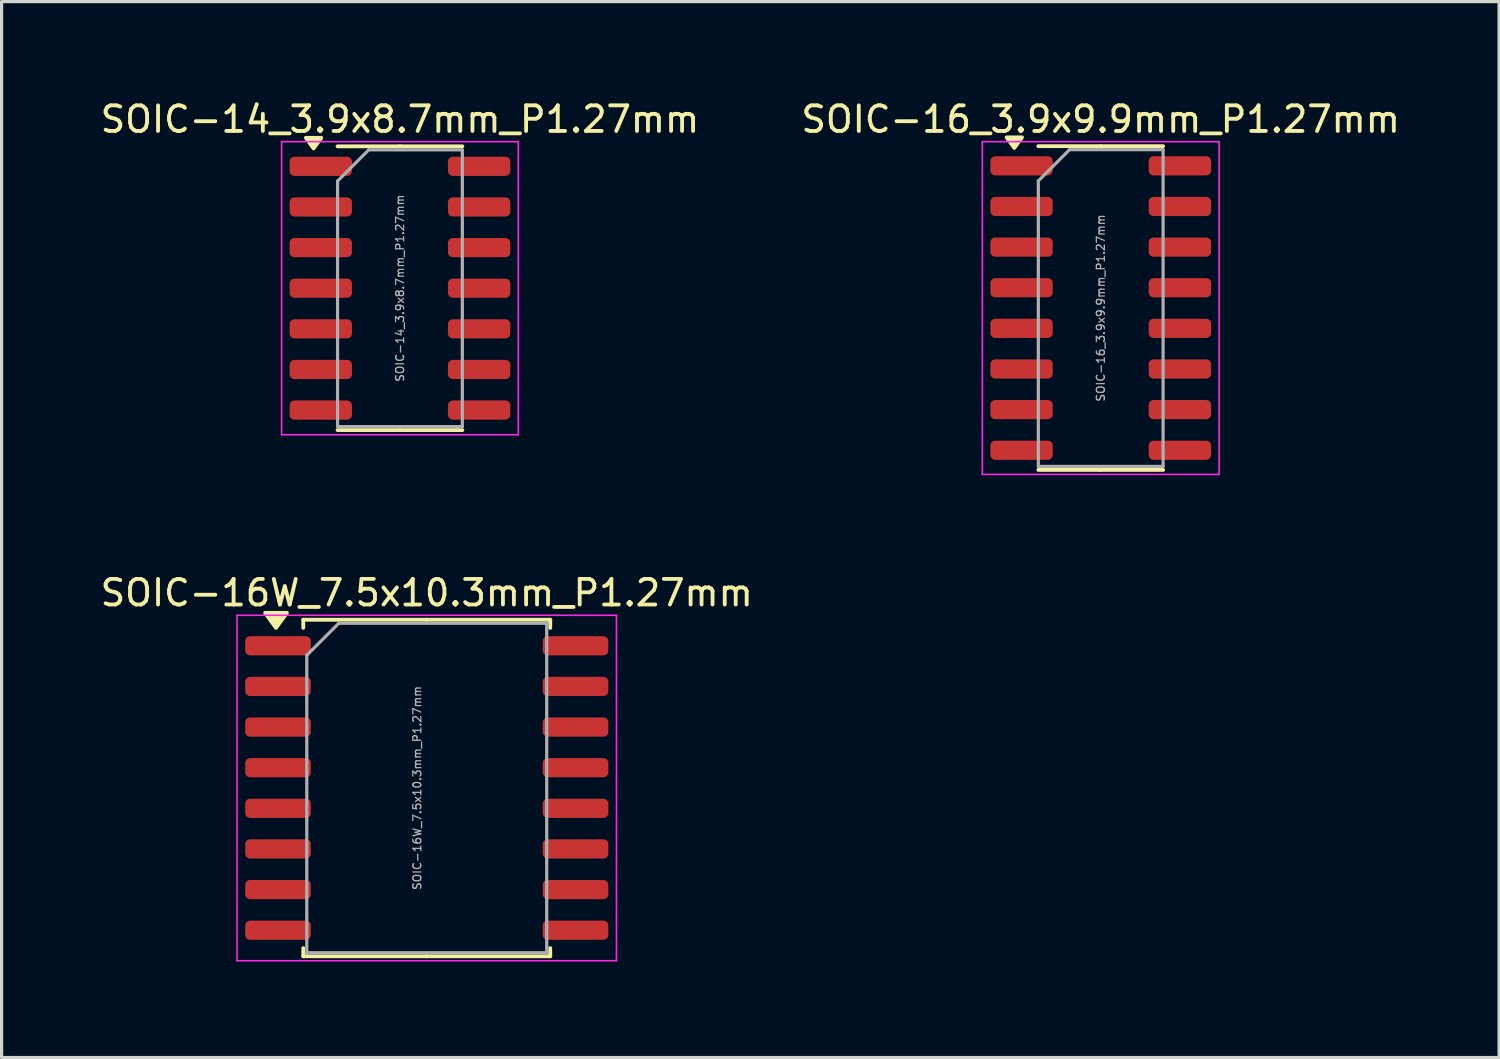
<source format=kicad_pcb>
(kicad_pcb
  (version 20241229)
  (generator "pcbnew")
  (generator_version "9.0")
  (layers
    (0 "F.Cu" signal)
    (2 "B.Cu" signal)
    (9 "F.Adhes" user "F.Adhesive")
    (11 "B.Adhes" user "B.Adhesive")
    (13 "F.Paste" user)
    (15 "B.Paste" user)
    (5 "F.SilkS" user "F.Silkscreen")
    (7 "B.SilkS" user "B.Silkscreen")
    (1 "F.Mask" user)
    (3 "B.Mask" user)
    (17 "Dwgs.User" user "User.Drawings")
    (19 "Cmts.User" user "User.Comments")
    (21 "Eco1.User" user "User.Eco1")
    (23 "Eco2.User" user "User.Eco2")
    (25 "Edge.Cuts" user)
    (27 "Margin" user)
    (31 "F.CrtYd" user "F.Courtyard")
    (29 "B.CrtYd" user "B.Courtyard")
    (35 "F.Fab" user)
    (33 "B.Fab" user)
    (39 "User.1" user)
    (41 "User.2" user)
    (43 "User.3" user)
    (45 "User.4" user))
  (footprint "SOIC-14_3.9x8.7mm_P1.27mm"
    (layer "F.Cu")
    (at 9.452 5.959)
    (property "Reference" "SOIC-14_3.9x8.7mm_P1.27mm" (at 0 -5.28 0) (layer "F.SilkS") (effects (font (size 0.8 0.8) (thickness 0.12))))
    (attr smd)
    (fp_line (start 0 -4.435) (end -1.95 -4.435) (stroke (width 0.12) (type solid)) (layer "F.SilkS"))
    (fp_line (start 0 -4.435) (end 1.95 -4.435) (stroke (width 0.12) (type solid)) (layer "F.SilkS"))
    (fp_line (start 0 4.435) (end -1.95 4.435) (stroke (width 0.12) (type solid)) (layer "F.SilkS"))
    (fp_line (start 0 4.435) (end 1.95 4.435) (stroke (width 0.12) (type solid)) (layer "F.SilkS"))
    (fp_poly (pts (xy -2.7 -4.37) (xy -2.94 -4.7) (xy -2.46 -4.7) (xy -2.7 -4.37)) (stroke (width 0.12) (type solid)) (fill yes) (layer "F.SilkS"))
    (fp_line (start -3.7 -4.58) (end -3.7 4.58) (stroke (width 0.05) (type solid)) (layer "F.CrtYd"))
    (fp_line (start -3.7 4.58) (end 3.7 4.58) (stroke (width 0.05) (type solid)) (layer "F.CrtYd"))
    (fp_line (start 3.7 -4.58) (end -3.7 -4.58) (stroke (width 0.05) (type solid)) (layer "F.CrtYd"))
    (fp_line (start 3.7 4.58) (end 3.7 -4.58) (stroke (width 0.05) (type solid)) (layer "F.CrtYd"))
    (fp_line (start -1.95 -3.35) (end -0.975 -4.325) (stroke (width 0.1) (type solid)) (layer "F.Fab"))
    (fp_line (start -1.95 4.325) (end -1.95 -3.35) (stroke (width 0.1) (type solid)) (layer "F.Fab"))
    (fp_line (start -0.975 -4.325) (end 1.95 -4.325) (stroke (width 0.1) (type solid)) (layer "F.Fab"))
    (fp_line (start 1.95 -4.325) (end 1.95 4.325) (stroke (width 0.1) (type solid)) (layer "F.Fab"))
    (fp_line (start 1.95 4.325) (end -1.95 4.325) (stroke (width 0.1) (type solid)) (layer "F.Fab"))
    (fp_text user "${REFERENCE}" (at 0 0 270) (layer "F.Fab") (effects (font (size 0.25 0.25) (thickness 0.04))))
    (pad "1" smd roundrect (at -2.475 -3.81) (size 1.95 0.6) (layers "F.Cu" "F.Mask" "F.Paste") (roundrect_rratio 0.25))
    (pad "2" smd roundrect (at -2.475 -2.54) (size 1.95 0.6) (layers "F.Cu" "F.Mask" "F.Paste") (roundrect_rratio 0.25))
    (pad "3" smd roundrect (at -2.475 -1.27) (size 1.95 0.6) (layers "F.Cu" "F.Mask" "F.Paste") (roundrect_rratio 0.25))
    (pad "4" smd roundrect (at -2.475 0) (size 1.95 0.6) (layers "F.Cu" "F.Mask" "F.Paste") (roundrect_rratio 0.25))
    (pad "5" smd roundrect (at -2.475 1.27) (size 1.95 0.6) (layers "F.Cu" "F.Mask" "F.Paste") (roundrect_rratio 0.25))
    (pad "6" smd roundrect (at -2.475 2.54) (size 1.95 0.6) (layers "F.Cu" "F.Mask" "F.Paste") (roundrect_rratio 0.25))
    (pad "7" smd roundrect (at -2.475 3.81) (size 1.95 0.6) (layers "F.Cu" "F.Mask" "F.Paste") (roundrect_rratio 0.25))
    (pad "8" smd roundrect (at 2.475 3.81) (size 1.95 0.6) (layers "F.Cu" "F.Mask" "F.Paste") (roundrect_rratio 0.25))
    (pad "9" smd roundrect (at 2.475 2.54) (size 1.95 0.6) (layers "F.Cu" "F.Mask" "F.Paste") (roundrect_rratio 0.25))
    (pad "10" smd roundrect (at 2.475 1.27) (size 1.95 0.6) (layers "F.Cu" "F.Mask" "F.Paste") (roundrect_rratio 0.25))
    (pad "11" smd roundrect (at 2.475 0) (size 1.95 0.6) (layers "F.Cu" "F.Mask" "F.Paste") (roundrect_rratio 0.25))
    (pad "12" smd roundrect (at 2.475 -1.27) (size 1.95 0.6) (layers "F.Cu" "F.Mask" "F.Paste") (roundrect_rratio 0.25))
    (pad "13" smd roundrect (at 2.475 -2.54) (size 1.95 0.6) (layers "F.Cu" "F.Mask" "F.Paste") (roundrect_rratio 0.25))
    (pad "14" smd roundrect (at 2.475 -3.81) (size 1.95 0.6) (layers "F.Cu" "F.Mask" "F.Paste") (roundrect_rratio 0.25)))
  (footprint "SOIC-16_3.9x9.9mm_P1.27mm"
    (layer "F.Cu")
    (at 31.357 6.579)
    (property "Reference" "SOIC-16_3.9x9.9mm_P1.27mm" (at 0 -5.9 0) (layer "F.SilkS") (effects (font (size 0.8 0.8) (thickness 0.12))))
    (attr smd)
    (fp_line (start 0 -5.06) (end -1.95 -5.06) (stroke (width 0.12) (type solid)) (layer "F.SilkS"))
    (fp_line (start 0 -5.06) (end 1.95 -5.06) (stroke (width 0.12) (type solid)) (layer "F.SilkS"))
    (fp_line (start 0 5.06) (end -1.95 5.06) (stroke (width 0.12) (type solid)) (layer "F.SilkS"))
    (fp_line (start 0 5.06) (end 1.95 5.06) (stroke (width 0.12) (type solid)) (layer "F.SilkS"))
    (fp_poly (pts (xy -2.7 -5.005) (xy -2.94 -5.335) (xy -2.46 -5.335) (xy -2.7 -5.005)) (stroke (width 0.12) (type solid)) (fill yes) (layer "F.SilkS"))
    (fp_line (start -3.7 -5.2) (end -3.7 5.2) (stroke (width 0.05) (type solid)) (layer "F.CrtYd"))
    (fp_line (start -3.7 5.2) (end 3.7 5.2) (stroke (width 0.05) (type solid)) (layer "F.CrtYd"))
    (fp_line (start 3.7 -5.2) (end -3.7 -5.2) (stroke (width 0.05) (type solid)) (layer "F.CrtYd"))
    (fp_line (start 3.7 5.2) (end 3.7 -5.2) (stroke (width 0.05) (type solid)) (layer "F.CrtYd"))
    (fp_line (start -1.95 -3.975) (end -0.975 -4.95) (stroke (width 0.1) (type solid)) (layer "F.Fab"))
    (fp_line (start -1.95 4.95) (end -1.95 -3.975) (stroke (width 0.1) (type solid)) (layer "F.Fab"))
    (fp_line (start -0.975 -4.95) (end 1.95 -4.95) (stroke (width 0.1) (type solid)) (layer "F.Fab"))
    (fp_line (start 1.95 -4.95) (end 1.95 4.95) (stroke (width 0.1) (type solid)) (layer "F.Fab"))
    (fp_line (start 1.95 4.95) (end -1.95 4.95) (stroke (width 0.1) (type solid)) (layer "F.Fab"))
    (fp_text user "${REFERENCE}" (at 0 0 90) (layer "F.Fab") (effects (font (size 0.25 0.25) (thickness 0.04))))
    (pad "1" smd roundrect (at -2.475 -4.445) (size 1.95 0.6) (layers "F.Cu" "F.Mask" "F.Paste") (roundrect_rratio 0.25))
    (pad "2" smd roundrect (at -2.475 -3.175) (size 1.95 0.6) (layers "F.Cu" "F.Mask" "F.Paste") (roundrect_rratio 0.25))
    (pad "3" smd roundrect (at -2.475 -1.905) (size 1.95 0.6) (layers "F.Cu" "F.Mask" "F.Paste") (roundrect_rratio 0.25))
    (pad "4" smd roundrect (at -2.475 -0.635) (size 1.95 0.6) (layers "F.Cu" "F.Mask" "F.Paste") (roundrect_rratio 0.25))
    (pad "5" smd roundrect (at -2.475 0.635) (size 1.95 0.6) (layers "F.Cu" "F.Mask" "F.Paste") (roundrect_rratio 0.25))
    (pad "6" smd roundrect (at -2.475 1.905) (size 1.95 0.6) (layers "F.Cu" "F.Mask" "F.Paste") (roundrect_rratio 0.25))
    (pad "7" smd roundrect (at -2.475 3.175) (size 1.95 0.6) (layers "F.Cu" "F.Mask" "F.Paste") (roundrect_rratio 0.25))
    (pad "8" smd roundrect (at -2.475 4.445) (size 1.95 0.6) (layers "F.Cu" "F.Mask" "F.Paste") (roundrect_rratio 0.25))
    (pad "9" smd roundrect (at 2.475 4.445) (size 1.95 0.6) (layers "F.Cu" "F.Mask" "F.Paste") (roundrect_rratio 0.25))
    (pad "10" smd roundrect (at 2.475 3.175) (size 1.95 0.6) (layers "F.Cu" "F.Mask" "F.Paste") (roundrect_rratio 0.25))
    (pad "11" smd roundrect (at 2.475 1.905) (size 1.95 0.6) (layers "F.Cu" "F.Mask" "F.Paste") (roundrect_rratio 0.25))
    (pad "12" smd roundrect (at 2.475 0.635) (size 1.95 0.6) (layers "F.Cu" "F.Mask" "F.Paste") (roundrect_rratio 0.25))
    (pad "13" smd roundrect (at 2.475 -0.635) (size 1.95 0.6) (layers "F.Cu" "F.Mask" "F.Paste") (roundrect_rratio 0.25))
    (pad "14" smd roundrect (at 2.475 -1.905) (size 1.95 0.6) (layers "F.Cu" "F.Mask" "F.Paste") (roundrect_rratio 0.25))
    (pad "15" smd roundrect (at 2.475 -3.175) (size 1.95 0.6) (layers "F.Cu" "F.Mask" "F.Paste") (roundrect_rratio 0.25))
    (pad "16" smd roundrect (at 2.475 -4.445) (size 1.95 0.6) (layers "F.Cu" "F.Mask" "F.Paste") (roundrect_rratio 0.25)))
  (footprint "SOIC-16W_7.5x10.3mm_P1.27mm"
    (layer "F.Cu")
    (at 10.29 21.582)
    (property "Reference" "SOIC-16W_7.5x10.3mm_P1.27mm" (at 0 -6.1 0) (layer "F.SilkS") (effects (font (size 0.8 0.8) (thickness 0.12))))
    (attr smd)
    (fp_line (start -3.86 -5.26) (end -3.86 -5.005) (stroke (width 0.12) (type solid)) (layer "F.SilkS"))
    (fp_line (start -3.86 5.26) (end -3.86 5.005) (stroke (width 0.12) (type solid)) (layer "F.SilkS"))
    (fp_line (start 0 -5.26) (end -3.86 -5.26) (stroke (width 0.12) (type solid)) (layer "F.SilkS"))
    (fp_line (start 0 -5.26) (end 3.86 -5.26) (stroke (width 0.12) (type solid)) (layer "F.SilkS"))
    (fp_line (start 0 5.26) (end -3.86 5.26) (stroke (width 0.12) (type solid)) (layer "F.SilkS"))
    (fp_line (start 0 5.26) (end 3.86 5.26) (stroke (width 0.12) (type solid)) (layer "F.SilkS"))
    (fp_line (start 3.86 -5.26) (end 3.86 -5.005) (stroke (width 0.12) (type solid)) (layer "F.SilkS"))
    (fp_line (start 3.86 5.26) (end 3.86 5.005) (stroke (width 0.12) (type solid)) (layer "F.SilkS"))
    (fp_poly (pts (xy -4.713 -5.005) (xy -5.053 -5.475) (xy -4.372 -5.475) (xy -4.713 -5.005)) (stroke (width 0.12) (type solid)) (fill yes) (layer "F.SilkS"))
    (fp_line (start -5.93 -5.4) (end -5.93 5.4) (stroke (width 0.05) (type solid)) (layer "F.CrtYd"))
    (fp_line (start -5.93 5.4) (end 5.93 5.4) (stroke (width 0.05) (type solid)) (layer "F.CrtYd"))
    (fp_line (start 5.93 -5.4) (end -5.93 -5.4) (stroke (width 0.05) (type solid)) (layer "F.CrtYd"))
    (fp_line (start 5.93 5.4) (end 5.93 -5.4) (stroke (width 0.05) (type solid)) (layer "F.CrtYd"))
    (fp_line (start -3.75 -4.15) (end -2.75 -5.15) (stroke (width 0.1) (type solid)) (layer "F.Fab"))
    (fp_line (start -3.75 5.15) (end -3.75 -4.15) (stroke (width 0.1) (type solid)) (layer "F.Fab"))
    (fp_line (start -2.75 -5.15) (end 3.75 -5.15) (stroke (width 0.1) (type solid)) (layer "F.Fab"))
    (fp_line (start 3.75 -5.15) (end 3.75 5.15) (stroke (width 0.1) (type solid)) (layer "F.Fab"))
    (fp_line (start 3.75 5.15) (end -3.75 5.15) (stroke (width 0.1) (type solid)) (layer "F.Fab"))
    (fp_text user "${REFERENCE}" (at -0.3 0 90) (layer "F.Fab") (effects (font (size 0.25 0.25) (thickness 0.04))))
    (pad "1" smd roundrect (at -4.65 -4.445) (size 2.05 0.6) (layers "F.Cu" "F.Mask" "F.Paste") (roundrect_rratio 0.25))
    (pad "2" smd roundrect (at -4.65 -3.175) (size 2.05 0.6) (layers "F.Cu" "F.Mask" "F.Paste") (roundrect_rratio 0.25))
    (pad "3" smd roundrect (at -4.65 -1.905) (size 2.05 0.6) (layers "F.Cu" "F.Mask" "F.Paste") (roundrect_rratio 0.25))
    (pad "4" smd roundrect (at -4.65 -0.635) (size 2.05 0.6) (layers "F.Cu" "F.Mask" "F.Paste") (roundrect_rratio 0.25))
    (pad "5" smd roundrect (at -4.65 0.635) (size 2.05 0.6) (layers "F.Cu" "F.Mask" "F.Paste") (roundrect_rratio 0.25))
    (pad "6" smd roundrect (at -4.65 1.905) (size 2.05 0.6) (layers "F.Cu" "F.Mask" "F.Paste") (roundrect_rratio 0.25))
    (pad "7" smd roundrect (at -4.65 3.175) (size 2.05 0.6) (layers "F.Cu" "F.Mask" "F.Paste") (roundrect_rratio 0.25))
    (pad "8" smd roundrect (at -4.65 4.445) (size 2.05 0.6) (layers "F.Cu" "F.Mask" "F.Paste") (roundrect_rratio 0.25))
    (pad "9" smd roundrect (at 4.65 4.445) (size 2.05 0.6) (layers "F.Cu" "F.Mask" "F.Paste") (roundrect_rratio 0.25))
    (pad "10" smd roundrect (at 4.65 3.175) (size 2.05 0.6) (layers "F.Cu" "F.Mask" "F.Paste") (roundrect_rratio 0.25))
    (pad "11" smd roundrect (at 4.65 1.905) (size 2.05 0.6) (layers "F.Cu" "F.Mask" "F.Paste") (roundrect_rratio 0.25))
    (pad "12" smd roundrect (at 4.65 0.635) (size 2.05 0.6) (layers "F.Cu" "F.Mask" "F.Paste") (roundrect_rratio 0.25))
    (pad "13" smd roundrect (at 4.65 -0.635) (size 2.05 0.6) (layers "F.Cu" "F.Mask" "F.Paste") (roundrect_rratio 0.25))
    (pad "14" smd roundrect (at 4.65 -1.905) (size 2.05 0.6) (layers "F.Cu" "F.Mask" "F.Paste") (roundrect_rratio 0.25))
    (pad "15" smd roundrect (at 4.65 -3.175) (size 2.05 0.6) (layers "F.Cu" "F.Mask" "F.Paste") (roundrect_rratio 0.25))
    (pad "16" smd roundrect (at 4.65 -4.445) (size 2.05 0.6) (layers "F.Cu" "F.Mask" "F.Paste") (roundrect_rratio 0.25)))
  (gr_rect
    (start -3 -3)
    (end 43.81 30.007)
    (stroke (width 0.1) (type default))
    (fill no)
    (layer "Edge.Cuts")))
</source>
